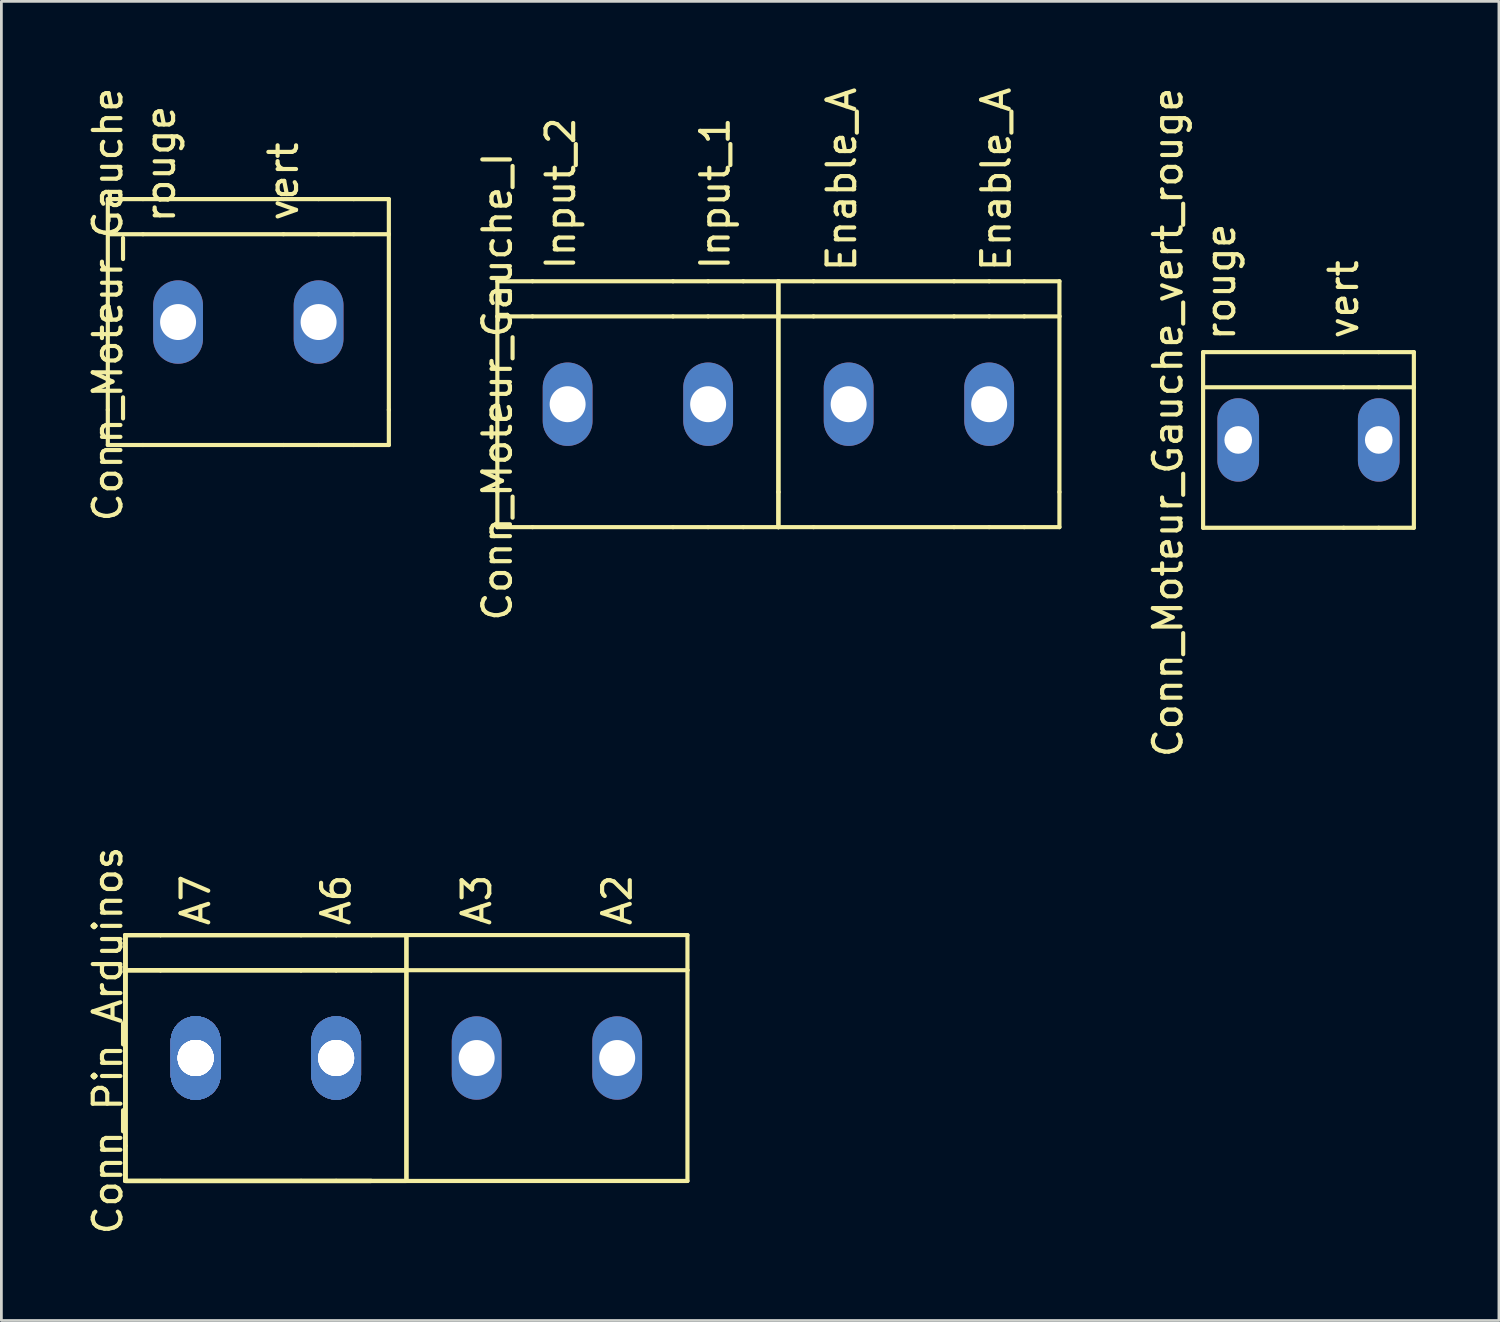
<source format=kicad_pcb>
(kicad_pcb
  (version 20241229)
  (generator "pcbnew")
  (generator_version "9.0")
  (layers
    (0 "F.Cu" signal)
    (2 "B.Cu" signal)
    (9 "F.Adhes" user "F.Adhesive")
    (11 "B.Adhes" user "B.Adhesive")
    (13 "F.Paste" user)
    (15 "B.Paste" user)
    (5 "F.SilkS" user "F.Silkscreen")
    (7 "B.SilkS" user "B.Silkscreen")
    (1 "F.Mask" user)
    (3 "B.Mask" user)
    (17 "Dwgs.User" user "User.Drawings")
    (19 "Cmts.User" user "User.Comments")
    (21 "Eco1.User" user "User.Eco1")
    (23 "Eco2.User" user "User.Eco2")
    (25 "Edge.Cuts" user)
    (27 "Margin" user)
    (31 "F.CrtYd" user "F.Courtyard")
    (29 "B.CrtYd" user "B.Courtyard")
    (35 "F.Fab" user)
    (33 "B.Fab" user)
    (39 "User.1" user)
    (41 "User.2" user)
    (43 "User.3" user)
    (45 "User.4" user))
  (footprint "Conn_Moteur_Gauche_I"
    (layer "F.Cu")
    (at 18.741 11.563)
    (property "Reference" "Conn_Moteur_Gauche_I" (at -3.81 -0.635 90) (layer "F.SilkS") (effects (font (size 1 1) (thickness 0.15))))
    (attr exclude_from_pos_files exclude_from_bom)
    (fp_line (start -3.81 -4.445) (end -2.54 -4.445) (stroke (width 0.15) (type solid)) (layer "F.SilkS"))
    (fp_line (start -3.81 -3.175) (end -3.81 -4.445) (stroke (width 0.15) (type solid)) (layer "F.SilkS"))
    (fp_line (start -3.81 -3.175) (end -3.81 3.175) (stroke (width 0.15) (type solid)) (layer "F.SilkS"))
    (fp_line (start -3.81 -3.175) (end -2.54 -3.175) (stroke (width 0.15) (type solid)) (layer "F.SilkS"))
    (fp_line (start -3.81 4.445) (end -3.81 3.175) (stroke (width 0.15) (type solid)) (layer "F.SilkS"))
    (fp_line (start -2.54 -4.445) (end 2.54 -4.445) (stroke (width 0.15) (type solid)) (layer "F.SilkS"))
    (fp_line (start -2.54 4.445) (end -3.81 4.445) (stroke (width 0.15) (type solid)) (layer "F.SilkS"))
    (fp_line (start 2.54 -4.445) (end 3.81 -4.445) (stroke (width 0.15) (type solid)) (layer "F.SilkS"))
    (fp_line (start 2.54 -3.175) (end -2.54 -3.175) (stroke (width 0.15) (type solid)) (layer "F.SilkS"))
    (fp_line (start 2.54 -3.175) (end 3.81 -3.175) (stroke (width 0.15) (type solid)) (layer "F.SilkS"))
    (fp_line (start 2.54 4.445) (end -2.54 4.445) (stroke (width 0.15) (type solid)) (layer "F.SilkS"))
    (fp_line (start 2.54 4.445) (end 3.81 4.445) (stroke (width 0.15) (type solid)) (layer "F.SilkS"))
    (fp_line (start 3.81 -4.445) (end 5.08 -4.445) (stroke (width 0.15) (type solid)) (layer "F.SilkS"))
    (fp_line (start 3.81 -3.175) (end 5.08 -3.175) (stroke (width 0.15) (type solid)) (layer "F.SilkS"))
    (fp_line (start 3.81 4.445) (end 5.08 4.445) (stroke (width 0.15) (type solid)) (layer "F.SilkS"))
    (fp_line (start 5.08 -4.445) (end 6.35 -4.445) (stroke (width 0.15) (type solid)) (layer "F.SilkS"))
    (fp_line (start 5.08 -3.175) (end 6.35 -3.175) (stroke (width 0.15) (type solid)) (layer "F.SilkS"))
    (fp_line (start 6.35 -4.445) (end 6.35 -3.175) (stroke (width 0.15) (type solid)) (layer "F.SilkS"))
    (fp_line (start 6.35 -4.445) (end 7.62 -4.445) (stroke (width 0.15) (type solid)) (layer "F.SilkS"))
    (fp_line (start 6.35 -3.175) (end 6.35 -4.445) (stroke (width 0.15) (type solid)) (layer "F.SilkS"))
    (fp_line (start 6.35 -3.175) (end 6.35 3.175) (stroke (width 0.15) (type solid)) (layer "F.SilkS"))
    (fp_line (start 6.35 -3.175) (end 6.35 3.175) (stroke (width 0.15) (type solid)) (layer "F.SilkS"))
    (fp_line (start 6.35 -3.175) (end 7.62 -3.175) (stroke (width 0.15) (type solid)) (layer "F.SilkS"))
    (fp_line (start 6.35 3.175) (end 6.35 4.445) (stroke (width 0.15) (type solid)) (layer "F.SilkS"))
    (fp_line (start 6.35 4.445) (end 5.08 4.445) (stroke (width 0.15) (type solid)) (layer "F.SilkS"))
    (fp_line (start 6.35 4.445) (end 6.35 3.175) (stroke (width 0.15) (type solid)) (layer "F.SilkS"))
    (fp_line (start 7.62 -4.445) (end 12.7 -4.445) (stroke (width 0.15) (type solid)) (layer "F.SilkS"))
    (fp_line (start 7.62 4.445) (end 6.35 4.445) (stroke (width 0.15) (type solid)) (layer "F.SilkS"))
    (fp_line (start 12.7 -4.445) (end 13.97 -4.445) (stroke (width 0.15) (type solid)) (layer "F.SilkS"))
    (fp_line (start 12.7 -3.175) (end 7.62 -3.175) (stroke (width 0.15) (type solid)) (layer "F.SilkS"))
    (fp_line (start 12.7 -3.175) (end 13.97 -3.175) (stroke (width 0.15) (type solid)) (layer "F.SilkS"))
    (fp_line (start 12.7 4.445) (end 7.62 4.445) (stroke (width 0.15) (type solid)) (layer "F.SilkS"))
    (fp_line (start 12.7 4.445) (end 13.97 4.445) (stroke (width 0.15) (type solid)) (layer "F.SilkS"))
    (fp_line (start 13.97 -4.445) (end 15.24 -4.445) (stroke (width 0.15) (type solid)) (layer "F.SilkS"))
    (fp_line (start 13.97 -3.175) (end 15.24 -3.175) (stroke (width 0.15) (type solid)) (layer "F.SilkS"))
    (fp_line (start 13.97 4.445) (end 15.24 4.445) (stroke (width 0.15) (type solid)) (layer "F.SilkS"))
    (fp_line (start 15.24 -4.445) (end 16.51 -4.445) (stroke (width 0.15) (type solid)) (layer "F.SilkS"))
    (fp_line (start 15.24 -3.175) (end 16.51 -3.175) (stroke (width 0.15) (type solid)) (layer "F.SilkS"))
    (fp_line (start 16.51 -4.445) (end 16.51 -3.175) (stroke (width 0.15) (type solid)) (layer "F.SilkS"))
    (fp_line (start 16.51 -3.175) (end 16.51 3.175) (stroke (width 0.15) (type solid)) (layer "F.SilkS"))
    (fp_line (start 16.51 3.175) (end 16.51 4.445) (stroke (width 0.15) (type solid)) (layer "F.SilkS"))
    (fp_line (start 16.51 4.445) (end 15.24 4.445) (stroke (width 0.15) (type solid)) (layer "F.SilkS"))
    (fp_text user "Input_2" (at -1.524 -7.62 90) (layer "F.SilkS") (effects (font (size 1 1) (thickness 0.15))))
    (fp_text user "Enable_A" (at 14.224 -8.128 90) (layer "F.SilkS") (effects (font (size 1 1) (thickness 0.15))))
    (fp_text user "Input_1" (at 4.064 -7.62 90) (layer "F.SilkS") (effects (font (size 1 1) (thickness 0.15))))
    (fp_text user "Enable_A" (at 8.636 -8.128 90) (layer "F.SilkS") (effects (font (size 1 1) (thickness 0.15))))
    (pad "1" thru_hole oval (at -1.27 0) (size 1.8 3.015) (drill 1.3) (layers "*.Cu" "*.Mask"))
    (pad "2" thru_hole oval (at 3.81 0) (size 1.8 3.015) (drill 1.3) (layers "*.Cu" "*.Mask"))
    (pad "3" thru_hole oval (at 8.89 0) (size 1.8 3.015) (drill 1.3) (layers "*.Cu" "*.Mask"))
    (pad "4" thru_hole oval (at 13.97 0) (size 1.8 3.015) (drill 1.3) (layers "*.Cu" "*.Mask")))
  (footprint "Conn_Moteur_Gauche_vert_rouge"
    (layer "F.Cu")
    (at 42.985 12.855)
    (property "Reference" "Conn_Moteur_Gauche_vert_rouge" (at -3.81 -0.635 90) (layer "F.SilkS") (effects (font (size 1 1) (thickness 0.15))))
    (attr exclude_from_pos_files exclude_from_bom)
    (fp_line (start -2.54 -3.175) (end -2.54 3.175) (stroke (width 0.15) (type solid)) (layer "F.SilkS"))
    (fp_line (start -2.54 -3.175) (end 2.54 -3.175) (stroke (width 0.15) (type solid)) (layer "F.SilkS"))
    (fp_line (start 2.54 -3.175) (end 3.81 -3.175) (stroke (width 0.15) (type solid)) (layer "F.SilkS"))
    (fp_line (start 2.54 -1.905) (end -2.54 -1.905) (stroke (width 0.15) (type solid)) (layer "F.SilkS"))
    (fp_line (start 2.54 -1.905) (end 3.81 -1.905) (stroke (width 0.15) (type solid)) (layer "F.SilkS"))
    (fp_line (start 2.54 3.175) (end -2.54 3.175) (stroke (width 0.15) (type solid)) (layer "F.SilkS"))
    (fp_line (start 2.54 3.175) (end 3.81 3.175) (stroke (width 0.15) (type solid)) (layer "F.SilkS"))
    (fp_line (start 3.81 -3.175) (end 5.08 -3.175) (stroke (width 0.15) (type solid)) (layer "F.SilkS"))
    (fp_line (start 3.81 -1.905) (end 5.08 -1.905) (stroke (width 0.15) (type solid)) (layer "F.SilkS"))
    (fp_line (start 3.81 3.175) (end 5.08 3.175) (stroke (width 0.15) (type solid)) (layer "F.SilkS"))
    (fp_line (start 5.08 -3.175) (end 5.08 3.175) (stroke (width 0.15) (type solid)) (layer "F.SilkS"))
    (fp_text user "rouge" (at -1.905 -5.715 90) (layer "F.SilkS") (effects (font (size 1 1) (thickness 0.15))))
    (fp_text user "vert" (at 2.54 -5.08 90) (layer "F.SilkS") (effects (font (size 1 1) (thickness 0.15))))
    (pad "1" thru_hole oval (at -1.27 0) (size 1.506 3.015) (drill 0.998) (layers "*.Cu" "*.Mask"))
    (pad "2" thru_hole oval (at 3.81 0) (size 1.506 3.015) (drill 0.998) (layers "*.Cu" "*.Mask")))
  (footprint "Conn_Pin_Arduinos"
    (layer "F.Cu")
    (at 6.563 35.2)
    (property "Reference" "Conn_Pin_Arduinos" (at -5.715 -0.635 90) (layer "F.SilkS") (effects (font (size 1 1) (thickness 0.15))))
    (attr exclude_from_pos_files exclude_from_bom)
    (fp_line (start -5.08 -4.445) (end -3.81 -4.445) (stroke (width 0.15) (type solid)) (layer "F.SilkS"))
    (fp_line (start -5.08 -4.445) (end -3.81 -4.445) (stroke (width 0.15) (type solid)) (layer "F.SilkS"))
    (fp_line (start -5.08 -4.445) (end -3.81 -4.445) (stroke (width 0.15) (type solid)) (layer "F.SilkS"))
    (fp_line (start -5.08 -4.445) (end -3.81 -4.445) (stroke (width 0.15) (type solid)) (layer "F.SilkS"))
    (fp_line (start -5.08 -3.175) (end -5.08 -4.445) (stroke (width 0.15) (type solid)) (layer "F.SilkS"))
    (fp_line (start -5.08 -3.175) (end -5.08 -4.445) (stroke (width 0.15) (type solid)) (layer "F.SilkS"))
    (fp_line (start -5.08 -3.175) (end -5.08 -4.445) (stroke (width 0.15) (type solid)) (layer "F.SilkS"))
    (fp_line (start -5.08 -3.175) (end -5.08 -4.445) (stroke (width 0.15) (type solid)) (layer "F.SilkS"))
    (fp_line (start -5.08 -3.175) (end -5.08 3.175) (stroke (width 0.15) (type solid)) (layer "F.SilkS"))
    (fp_line (start -5.08 -3.175) (end -5.08 3.175) (stroke (width 0.15) (type solid)) (layer "F.SilkS"))
    (fp_line (start -5.08 -3.175) (end -5.08 3.175) (stroke (width 0.15) (type solid)) (layer "F.SilkS"))
    (fp_line (start -5.08 -3.175) (end -5.08 3.175) (stroke (width 0.15) (type solid)) (layer "F.SilkS"))
    (fp_line (start -5.08 -3.175) (end -3.81 -3.175) (stroke (width 0.15) (type solid)) (layer "F.SilkS"))
    (fp_line (start -5.08 -3.175) (end -3.81 -3.175) (stroke (width 0.15) (type solid)) (layer "F.SilkS"))
    (fp_line (start -5.08 -3.175) (end -3.81 -3.175) (stroke (width 0.15) (type solid)) (layer "F.SilkS"))
    (fp_line (start -5.08 -3.175) (end -3.81 -3.175) (stroke (width 0.15) (type solid)) (layer "F.SilkS"))
    (fp_line (start -5.08 4.445) (end -5.08 3.175) (stroke (width 0.15) (type solid)) (layer "F.SilkS"))
    (fp_line (start -5.08 4.445) (end -5.08 3.175) (stroke (width 0.15) (type solid)) (layer "F.SilkS"))
    (fp_line (start -5.08 4.445) (end -5.08 3.175) (stroke (width 0.15) (type solid)) (layer "F.SilkS"))
    (fp_line (start -5.08 4.445) (end -5.08 3.175) (stroke (width 0.15) (type solid)) (layer "F.SilkS"))
    (fp_line (start -3.81 -4.445) (end 1.27 -4.445) (stroke (width 0.15) (type solid)) (layer "F.SilkS"))
    (fp_line (start -3.81 -4.445) (end 1.27 -4.445) (stroke (width 0.15) (type solid)) (layer "F.SilkS"))
    (fp_line (start -3.81 -4.445) (end 1.27 -4.445) (stroke (width 0.15) (type solid)) (layer "F.SilkS"))
    (fp_line (start -3.81 -4.445) (end 1.27 -4.445) (stroke (width 0.15) (type solid)) (layer "F.SilkS"))
    (fp_line (start -3.81 4.445) (end -5.08 4.445) (stroke (width 0.15) (type solid)) (layer "F.SilkS"))
    (fp_line (start -3.81 4.445) (end -5.08 4.445) (stroke (width 0.15) (type solid)) (layer "F.SilkS"))
    (fp_line (start -3.81 4.445) (end -5.08 4.445) (stroke (width 0.15) (type solid)) (layer "F.SilkS"))
    (fp_line (start -3.81 4.445) (end -5.08 4.445) (stroke (width 0.15) (type solid)) (layer "F.SilkS"))
    (fp_line (start 1.27 -4.445) (end 2.54 -4.445) (stroke (width 0.15) (type solid)) (layer "F.SilkS"))
    (fp_line (start 1.27 -4.445) (end 2.54 -4.445) (stroke (width 0.15) (type solid)) (layer "F.SilkS"))
    (fp_line (start 1.27 -4.445) (end 2.54 -4.445) (stroke (width 0.15) (type solid)) (layer "F.SilkS"))
    (fp_line (start 1.27 -4.445) (end 2.54 -4.445) (stroke (width 0.15) (type solid)) (layer "F.SilkS"))
    (fp_line (start 1.27 -3.175) (end -3.81 -3.175) (stroke (width 0.15) (type solid)) (layer "F.SilkS"))
    (fp_line (start 1.27 -3.175) (end -3.81 -3.175) (stroke (width 0.15) (type solid)) (layer "F.SilkS"))
    (fp_line (start 1.27 -3.175) (end -3.81 -3.175) (stroke (width 0.15) (type solid)) (layer "F.SilkS"))
    (fp_line (start 1.27 -3.175) (end -3.81 -3.175) (stroke (width 0.15) (type solid)) (layer "F.SilkS"))
    (fp_line (start 1.27 -3.175) (end 2.54 -3.175) (stroke (width 0.15) (type solid)) (layer "F.SilkS"))
    (fp_line (start 1.27 -3.175) (end 2.54 -3.175) (stroke (width 0.15) (type solid)) (layer "F.SilkS"))
    (fp_line (start 1.27 -3.175) (end 2.54 -3.175) (stroke (width 0.15) (type solid)) (layer "F.SilkS"))
    (fp_line (start 1.27 -3.175) (end 2.54 -3.175) (stroke (width 0.15) (type solid)) (layer "F.SilkS"))
    (fp_line (start 1.27 4.445) (end -3.81 4.445) (stroke (width 0.15) (type solid)) (layer "F.SilkS"))
    (fp_line (start 1.27 4.445) (end -3.81 4.445) (stroke (width 0.15) (type solid)) (layer "F.SilkS"))
    (fp_line (start 1.27 4.445) (end -3.81 4.445) (stroke (width 0.15) (type solid)) (layer "F.SilkS"))
    (fp_line (start 1.27 4.445) (end -3.81 4.445) (stroke (width 0.15) (type solid)) (layer "F.SilkS"))
    (fp_line (start 1.27 4.445) (end 2.54 4.445) (stroke (width 0.15) (type solid)) (layer "F.SilkS"))
    (fp_line (start 1.27 4.445) (end 2.54 4.445) (stroke (width 0.15) (type solid)) (layer "F.SilkS"))
    (fp_line (start 1.27 4.445) (end 2.54 4.445) (stroke (width 0.15) (type solid)) (layer "F.SilkS"))
    (fp_line (start 1.27 4.445) (end 2.54 4.445) (stroke (width 0.15) (type solid)) (layer "F.SilkS"))
    (fp_line (start 2.54 -4.445) (end 3.81 -4.445) (stroke (width 0.15) (type solid)) (layer "F.SilkS"))
    (fp_line (start 2.54 -4.445) (end 3.81 -4.445) (stroke (width 0.15) (type solid)) (layer "F.SilkS"))
    (fp_line (start 2.54 -4.445) (end 3.81 -4.445) (stroke (width 0.15) (type solid)) (layer "F.SilkS"))
    (fp_line (start 2.54 -4.445) (end 3.81 -4.445) (stroke (width 0.15) (type solid)) (layer "F.SilkS"))
    (fp_line (start 2.54 -3.175) (end 3.81 -3.175) (stroke (width 0.15) (type solid)) (layer "F.SilkS"))
    (fp_line (start 2.54 -3.175) (end 3.81 -3.175) (stroke (width 0.15) (type solid)) (layer "F.SilkS"))
    (fp_line (start 2.54 -3.175) (end 3.81 -3.175) (stroke (width 0.15) (type solid)) (layer "F.SilkS"))
    (fp_line (start 2.54 -3.175) (end 3.81 -3.175) (stroke (width 0.15) (type solid)) (layer "F.SilkS"))
    (fp_line (start 2.54 4.445) (end 3.81 4.445) (stroke (width 0.15) (type solid)) (layer "F.SilkS"))
    (fp_line (start 2.54 4.445) (end 3.81 4.445) (stroke (width 0.15) (type solid)) (layer "F.SilkS"))
    (fp_line (start 2.54 4.445) (end 3.81 4.445) (stroke (width 0.15) (type solid)) (layer "F.SilkS"))
    (fp_line (start 2.54 4.445) (end 3.81 4.445) (stroke (width 0.15) (type solid)) (layer "F.SilkS"))
    (fp_line (start 3.81 -4.445) (end 5.08 -4.445) (stroke (width 0.15) (type solid)) (layer "F.SilkS"))
    (fp_line (start 3.81 -4.445) (end 5.08 -4.445) (stroke (width 0.15) (type solid)) (layer "F.SilkS"))
    (fp_line (start 3.81 -4.445) (end 5.08 -4.445) (stroke (width 0.15) (type solid)) (layer "F.SilkS"))
    (fp_line (start 3.81 -4.445) (end 5.08 -4.445) (stroke (width 0.15) (type solid)) (layer "F.SilkS"))
    (fp_line (start 3.81 -3.175) (end 5.08 -3.175) (stroke (width 0.15) (type solid)) (layer "F.SilkS"))
    (fp_line (start 3.81 -3.175) (end 5.08 -3.175) (stroke (width 0.15) (type solid)) (layer "F.SilkS"))
    (fp_line (start 3.81 -3.175) (end 5.08 -3.175) (stroke (width 0.15) (type solid)) (layer "F.SilkS"))
    (fp_line (start 3.81 -3.175) (end 5.08 -3.175) (stroke (width 0.15) (type solid)) (layer "F.SilkS"))
    (fp_line (start 5.08 -4.445) (end 5.08 4.445) (stroke (width 0.15) (type solid)) (layer "F.SilkS"))
    (fp_line (start 5.08 -4.445) (end 5.08 4.445) (stroke (width 0.15) (type solid)) (layer "F.SilkS"))
    (fp_line (start 5.08 -4.445) (end 15.24 -4.445) (stroke (width 0.15) (type solid)) (layer "F.SilkS"))
    (fp_line (start 5.08 4.445) (end 3.81 4.445) (stroke (width 0.15) (type solid)) (layer "F.SilkS"))
    (fp_line (start 5.08 4.445) (end 3.81 4.445) (stroke (width 0.15) (type solid)) (layer "F.SilkS"))
    (fp_line (start 15.24 -4.445) (end 15.24 -3.175) (stroke (width 0.15) (type solid)) (layer "F.SilkS"))
    (fp_line (start 15.24 -3.175) (end 5.08 -3.175) (stroke (width 0.15) (type solid)) (layer "F.SilkS"))
    (fp_line (start 15.24 -3.175) (end 15.24 4.445) (stroke (width 0.15) (type solid)) (layer "F.SilkS"))
    (fp_line (start 15.24 4.445) (end 5.08 4.445) (stroke (width 0.15) (type solid)) (layer "F.SilkS"))
    (fp_text user "A7" (at -2.54 -5.715 90) (layer "F.SilkS") (effects (font (size 1 1) (thickness 0.15))))
    (fp_text user "A6" (at 2.54 -5.715 90) (layer "F.SilkS") (effects (font (size 1 1) (thickness 0.15))))
    (fp_text user "A3" (at 7.62 -5.715 90) (layer "F.SilkS") (effects (font (size 1 1) (thickness 0.15))))
    (fp_text user "A2" (at 12.7 -5.715 90) (layer "F.SilkS") (effects (font (size 1 1) (thickness 0.15))))
    (pad "1" thru_hole oval (at -2.54 0) (size 1.8 3.015) (drill 1.3) (layers "*.Cu" "*.Mask"))
    (pad "1" thru_hole oval (at -2.54 0) (size 1.8 3.015) (drill 1.3) (layers "*.Cu" "*.Mask"))
    (pad "1" thru_hole oval (at -2.54 0) (size 1.8 3.015) (drill 1.3) (layers "*.Cu" "*.Mask"))
    (pad "1" thru_hole oval (at -2.54 0) (size 1.8 3.015) (drill 1.3) (layers "*.Cu" "*.Mask"))
    (pad "1" thru_hole oval (at -2.54 0) (size 1.8 3.015) (drill 1.3) (layers "*.Cu" "*.Mask"))
    (pad "1" thru_hole oval (at -2.54 0) (size 1.8 3.015) (drill 1.3) (layers "*.Cu" "*.Mask"))
    (pad "1" thru_hole oval (at -2.54 0) (size 1.8 3.015) (drill 1.3) (layers "*.Cu" "*.Mask"))
    (pad "1" thru_hole oval (at -2.54 0) (size 1.8 3.015) (drill 1.3) (layers "*.Cu" "*.Mask"))
    (pad "2" thru_hole oval (at 2.54 0) (size 1.8 3.015) (drill 1.3) (layers "*.Cu" "*.Mask"))
    (pad "2" thru_hole oval (at 2.54 0) (size 1.8 3.015) (drill 1.3) (layers "*.Cu" "*.Mask"))
    (pad "2" thru_hole oval (at 2.54 0) (size 1.8 3.015) (drill 1.3) (layers "*.Cu" "*.Mask"))
    (pad "2" thru_hole oval (at 2.54 0) (size 1.8 3.015) (drill 1.3) (layers "*.Cu" "*.Mask"))
    (pad "3" thru_hole oval (at 7.62 0) (size 1.8 3.015) (drill 1.3) (layers "*.Cu" "*.Mask"))
    (pad "4" thru_hole oval (at 12.7 0) (size 1.8 3.015) (drill 1.3) (layers "*.Cu" "*.Mask")))
  (footprint "Conn_Moteur_Gauche"
    (layer "F.Cu")
    (at 4.658 8.593)
    (property "Reference" "Conn_Moteur_Gauche" (at -3.81 -0.635 90) (layer "F.SilkS") (effects (font (size 1 1) (thickness 0.15))))
    (attr exclude_from_pos_files exclude_from_bom)
    (fp_line (start -3.81 -4.445) (end -2.54 -4.445) (stroke (width 0.15) (type solid)) (layer "F.SilkS"))
    (fp_line (start -3.81 -3.175) (end -3.81 -4.445) (stroke (width 0.15) (type solid)) (layer "F.SilkS"))
    (fp_line (start -3.81 -3.175) (end -3.81 3.175) (stroke (width 0.15) (type solid)) (layer "F.SilkS"))
    (fp_line (start -3.81 -3.175) (end -2.54 -3.175) (stroke (width 0.15) (type solid)) (layer "F.SilkS"))
    (fp_line (start -3.81 4.445) (end -3.81 3.175) (stroke (width 0.15) (type solid)) (layer "F.SilkS"))
    (fp_line (start -2.54 -4.445) (end 2.54 -4.445) (stroke (width 0.15) (type solid)) (layer "F.SilkS"))
    (fp_line (start -2.54 4.445) (end -3.81 4.445) (stroke (width 0.15) (type solid)) (layer "F.SilkS"))
    (fp_line (start 2.54 -4.445) (end 3.81 -4.445) (stroke (width 0.15) (type solid)) (layer "F.SilkS"))
    (fp_line (start 2.54 -3.175) (end -2.54 -3.175) (stroke (width 0.15) (type solid)) (layer "F.SilkS"))
    (fp_line (start 2.54 -3.175) (end 3.81 -3.175) (stroke (width 0.15) (type solid)) (layer "F.SilkS"))
    (fp_line (start 2.54 4.445) (end -2.54 4.445) (stroke (width 0.15) (type solid)) (layer "F.SilkS"))
    (fp_line (start 2.54 4.445) (end 3.81 4.445) (stroke (width 0.15) (type solid)) (layer "F.SilkS"))
    (fp_line (start 3.81 -4.445) (end 5.08 -4.445) (stroke (width 0.15) (type solid)) (layer "F.SilkS"))
    (fp_line (start 3.81 -3.175) (end 5.08 -3.175) (stroke (width 0.15) (type solid)) (layer "F.SilkS"))
    (fp_line (start 3.81 4.445) (end 5.08 4.445) (stroke (width 0.15) (type solid)) (layer "F.SilkS"))
    (fp_line (start 5.08 -4.445) (end 6.35 -4.445) (stroke (width 0.15) (type solid)) (layer "F.SilkS"))
    (fp_line (start 5.08 -3.175) (end 6.35 -3.175) (stroke (width 0.15) (type solid)) (layer "F.SilkS"))
    (fp_line (start 6.35 -4.445) (end 6.35 -3.175) (stroke (width 0.15) (type solid)) (layer "F.SilkS"))
    (fp_line (start 6.35 -3.175) (end 6.35 3.175) (stroke (width 0.15) (type solid)) (layer "F.SilkS"))
    (fp_line (start 6.35 3.175) (end 6.35 4.445) (stroke (width 0.15) (type solid)) (layer "F.SilkS"))
    (fp_line (start 6.35 4.445) (end 5.08 4.445) (stroke (width 0.15) (type solid)) (layer "F.SilkS"))
    (fp_text user "vert" (at 2.54 -5.08 90) (layer "F.SilkS") (effects (font (size 1 1) (thickness 0.15))))
    (fp_text user "rouge" (at -1.905 -5.715 90) (layer "F.SilkS") (effects (font (size 1 1) (thickness 0.15))))
    (pad "1" thru_hole oval (at -1.27 0) (size 1.8 3.015) (drill 1.3) (layers "*.Cu" "*.Mask"))
    (pad "2" thru_hole oval (at 3.81 0) (size 1.8 3.015) (drill 1.3) (layers "*.Cu" "*.Mask")))
  (gr_rect
    (start -3 -3)
    (end 51.14 44.69)
    (stroke (width 0.1) (type default))
    (fill no)
    (layer "Edge.Cuts")))
</source>
